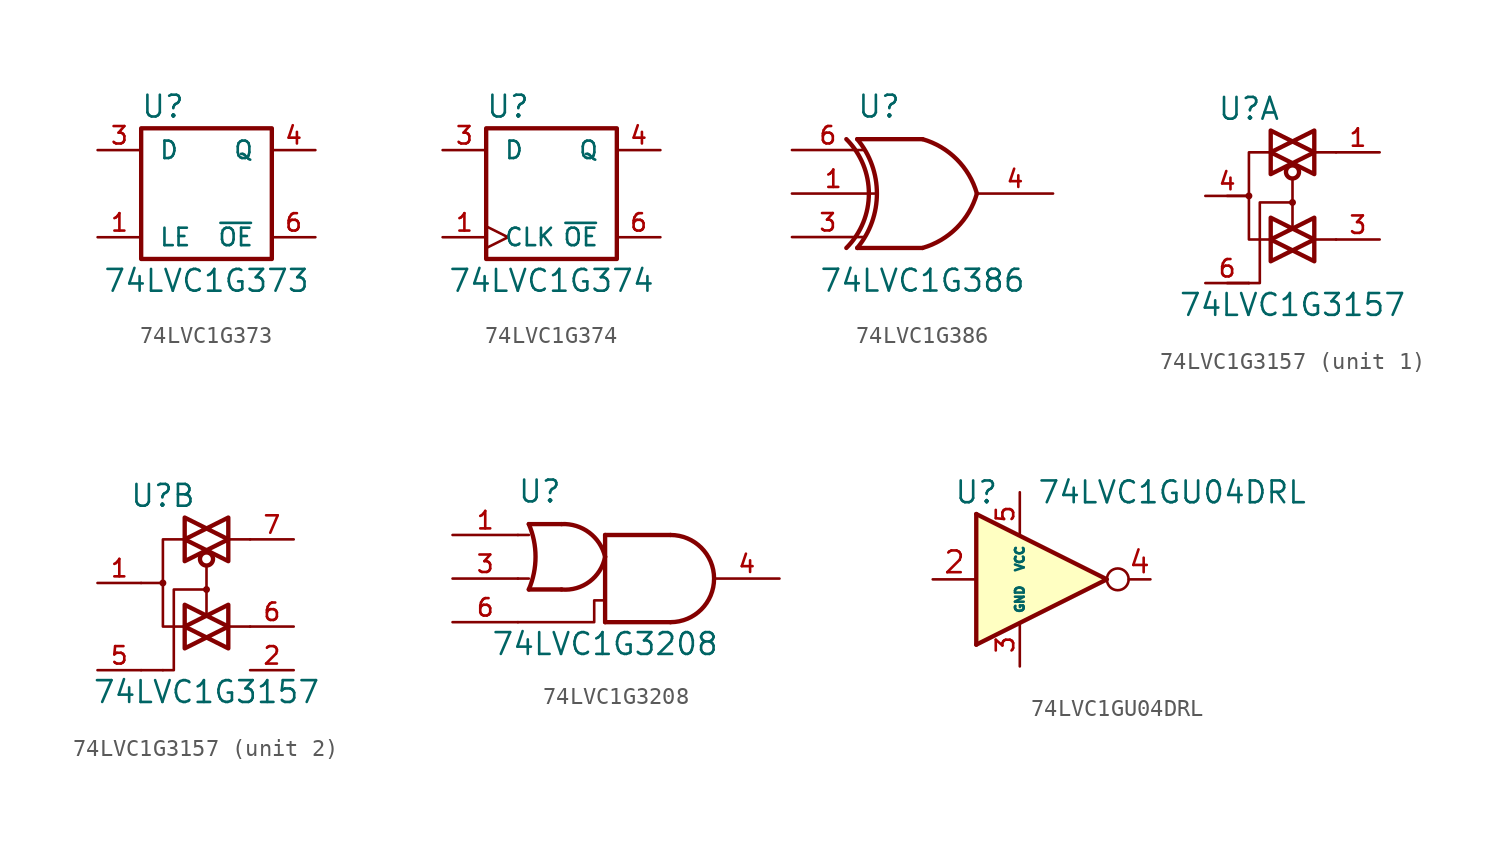
<source format=kicad_sym>
(kicad_symbol_lib
  (version 20201005)
  (generator kicad_symbol_editor)
  (symbol "74xGxx:74LVC1G373"
    (pin_names
      (offset 1.016))
    (property "Reference" "U"
      (at -2.54 5.08 0)
      (effects (font (size 1.27 1.27))))
    (property "Value" "74LVC1G373"
      (at 0 -5.08 0)
      (effects (font (size 1.27 1.27))))
    (symbol "74LVC1G373_0_1"
      (rectangle (start -3.81 3.81) (end 3.81 -3.81) (stroke (width 0.254)) (fill (type none))))
    (symbol "74LVC1G373_1_1"
      (pin input line (at -6.35 -2.54 0) (length 2.54) (name "LE" (effects (font (size 1.016 1.016)))) (number "1" (effects (font (size 1.016 1.016)))))
      (pin power_in line (at 0 -3.81 270) (length 0) hide (name "GND" (effects (font (size 1.016 1.016)))) (number "2" (effects (font (size 1.016 1.016)))))
      (pin input line (at -6.35 2.54 0) (length 2.54) (name "D" (effects (font (size 1.016 1.016)))) (number "3" (effects (font (size 1.016 1.016)))))
      (pin tri_state line (at 6.35 2.54 180) (length 2.54) (name "Q" (effects (font (size 1.016 1.016)))) (number "4" (effects (font (size 1.016 1.016)))))
      (pin power_in line (at 0 3.81 90) (length 0) hide (name "VCC" (effects (font (size 1.016 1.016)))) (number "5" (effects (font (size 1.016 1.016)))))
      (pin input line (at 6.35 -2.54 180) (length 2.54) (name "~OE" (effects (font (size 1.016 1.016)))) (number "6" (effects (font (size 1.016 1.016)))))))
  (symbol "74xGxx:74LVC1G374"
    (pin_names
      (offset 1.016))
    (property "Reference" "U"
      (at -2.54 5.08 0)
      (effects (font (size 1.27 1.27))))
    (property "Value" "74LVC1G374"
      (at 0 -5.08 0)
      (effects (font (size 1.27 1.27))))
    (symbol "74LVC1G374_0_1"
      (rectangle (start -3.81 3.81) (end 3.81 -3.81) (stroke (width 0.254)) (fill (type none))))
    (symbol "74LVC1G374_1_1"
      (pin input clock (at -6.35 -2.54 0) (length 2.54) (name "CLK" (effects (font (size 1.016 1.016)))) (number "1" (effects (font (size 1.016 1.016)))))
      (pin power_in line (at 0 -3.81 270) (length 0) hide (name "GND" (effects (font (size 1.016 1.016)))) (number "2" (effects (font (size 1.016 1.016)))))
      (pin input line (at -6.35 2.54 0) (length 2.54) (name "D" (effects (font (size 1.016 1.016)))) (number "3" (effects (font (size 1.016 1.016)))))
      (pin tri_state line (at 6.35 2.54 180) (length 2.54) (name "Q" (effects (font (size 1.016 1.016)))) (number "4" (effects (font (size 1.016 1.016)))))
      (pin power_in line (at 0 3.81 90) (length 0) hide (name "VCC" (effects (font (size 1.016 1.016)))) (number "5" (effects (font (size 1.016 1.016)))))
      (pin input line (at 6.35 -2.54 180) (length 2.54) (name "~OE" (effects (font (size 1.016 1.016)))) (number "6" (effects (font (size 1.016 1.016)))))))
  (symbol "74xGxx:74LVC1G386"
    (pin_names
      (offset 1.016))
    (property "Reference" "U"
      (at -2.54 5.08 0)
      (effects (font (size 1.27 1.27))))
    (property "Value" "74LVC1G386"
      (at 0 -5.08 0)
      (effects (font (size 1.27 1.27))))
    (symbol "74LVC1G386_0_1"
      (arc (start -3.81 3.175) (end -3.81 -3.175) (radius (at -7.62 0) (length 4.953) (angles 39.8 -39.8)) (stroke (width 0.254)) (fill (type none)))
      (arc (start -4.445 3.175) (end -4.445 -3.175) (radius (at -7.62 0) (length 4.4958) (angles 45 -45)) (stroke (width 0.254)) (fill (type none)))
      (arc (start 0 3.175) (end 3.175 0) (radius (at -1.27 -1.27) (length 4.6228) (angles 74 15.9)) (stroke (width 0.254)) (fill (type none)))
      (arc (start 0 -3.175) (end 3.175 0) (radius (at -1.27 1.27) (length 4.6228) (angles -74 -15.9)) (stroke (width 0.254)) (fill (type none)))
      (polyline (pts (xy 0 -3.175) (xy -3.81 -3.175)) (stroke (width 0.254)) (fill (type none)))
      (polyline (pts (xy 0 3.175) (xy -3.81 3.175)) (stroke (width 0.254)) (fill (type none))))
    (symbol "74LVC1G386_1_1"
      (pin input line (at -7.62 0 0) (length 4.826) (name "~" (effects (font (size 1.016 1.016)))) (number "1" (effects (font (size 1.016 1.016)))))
      (pin power_in line (at 0 -3.175 270) (length 0) hide (name "GND" (effects (font (size 1.016 1.016)))) (number "2" (effects (font (size 1.016 1.016)))))
      (pin input line (at -7.62 -2.54 0) (length 4.191) (name "~" (effects (font (size 1.016 1.016)))) (number "3" (effects (font (size 1.016 1.016)))))
      (pin output line (at 7.62 0 180) (length 4.445) (name "~" (effects (font (size 1.016 1.016)))) (number "4" (effects (font (size 1.016 1.016)))))
      (pin power_in line (at 0 3.175 90) (length 0) hide (name "VCC" (effects (font (size 1.016 1.016)))) (number "5" (effects (font (size 1.016 1.016)))))
      (pin input line (at -7.62 2.54 0) (length 4.191) (name "~" (effects (font (size 1.016 1.016)))) (number "6" (effects (font (size 1.016 1.016)))))))
  (symbol "74xGxx:74LVC1G3157"
    (pin_names
      (offset 1.016))
    (property "Reference" "U"
      (at -2.54 5.08 0)
      (effects (font (size 1.27 1.27))))
    (property "Value" "74LVC1G3157"
      (at 0 -6.35 0)
      (effects (font (size 1.27 1.27))))
    (symbol "74LVC1G3157_0_1"
      (circle (center -2.54 0) (radius 0.127) (stroke (width 0)) (fill (type none)))
      (circle (center 0 -0.381) (radius 0.127) (stroke (width 0)) (fill (type none)))
      (circle (center 0 1.397) (radius 0.381) (stroke (width 0.254)) (fill (type none)))
      (polyline (pts (xy -3.81 -5.08) (xy -2.54 -5.08)) (stroke (width 0)) (fill (type none)))
      (polyline (pts (xy -3.81 0) (xy -2.54 0)) (stroke (width 0)) (fill (type none)))
      (polyline (pts (xy 2.54 -2.54) (xy 1.27 -2.54)) (stroke (width 0)) (fill (type none)))
      (polyline (pts (xy 2.54 2.54) (xy 1.27 2.54)) (stroke (width 0)) (fill (type none)))
      (polyline (pts (xy 0 1.016) (xy 0 0) (xy 0 -1.905)) (stroke (width 0)) (fill (type none)))
      (polyline (pts (xy -1.27 -2.54) (xy 0 -3.175) (xy -1.27 -3.81) (xy -1.27 -2.54)) (stroke (width 0.254)) (fill (type none)))
      (polyline (pts (xy -1.27 -1.27) (xy -1.27 -2.54) (xy 0 -1.905) (xy -1.27 -1.27)) (stroke (width 0.254)) (fill (type none)))
      (polyline (pts (xy -1.27 2.54) (xy 0 1.905) (xy -1.27 1.27) (xy -1.27 2.54)) (stroke (width 0.254)) (fill (type none)))
      (polyline (pts (xy -1.27 3.81) (xy 0 3.175) (xy -1.27 2.54) (xy -1.27 3.81)) (stroke (width 0.254)) (fill (type none)))
      (polyline (pts (xy 0 -0.381) (xy -1.905 -0.381) (xy -1.905 -5.08) (xy -2.54 -5.08)) (stroke (width 0)) (fill (type none)))
      (polyline (pts (xy 1.27 -2.54) (xy 0 -3.175) (xy 1.27 -3.81) (xy 1.27 -2.54)) (stroke (width 0.254)) (fill (type none)))
      (polyline (pts (xy 1.27 -1.27) (xy 1.27 -2.54) (xy 0 -1.905) (xy 1.27 -1.27)) (stroke (width 0.254)) (fill (type none)))
      (polyline (pts (xy 1.27 2.54) (xy 1.27 1.27) (xy 0 1.905) (xy 1.27 2.54)) (stroke (width 0.254)) (fill (type none)))
      (polyline (pts (xy 1.27 2.54) (xy 1.27 3.81) (xy 0 3.175) (xy 1.27 2.54)) (stroke (width 0.254)) (fill (type none)))
      (polyline (pts (xy -1.27 2.54) (xy -2.54 2.54) (xy -2.54 0) (xy -2.54 -2.54) (xy -1.27 -2.54)) (stroke (width 0)) (fill (type none)))
      (pin power_in line (at 0 -5.08 270) (length 0) hide (name "GND" (effects (font (size 1.016 1.016)))) (number "2" (effects (font (size 1.016 1.016)))))
      (pin power_in line (at 0 5.08 90) (length 0) hide (name "VCC" (effects (font (size 1.016 1.016)))) (number "5" (effects (font (size 1.016 1.016))))))
    (symbol "74LVC1G3157_1_1"
      (pin bidirectional line (at 5.08 2.54 180) (length 2.54) (name "~" (effects (font (size 1.016 1.016)))) (number "1" (effects (font (size 1.016 1.016)))))
      (pin bidirectional line (at 5.08 -2.54 180) (length 2.54) (name "~" (effects (font (size 1.016 1.016)))) (number "3" (effects (font (size 1.016 1.016)))))
      (pin bidirectional line (at -5.08 0 0) (length 2.54) (name "~" (effects (font (size 1.016 1.016)))) (number "4" (effects (font (size 1.016 1.016)))))
      (pin input line (at -5.08 -5.08 0) (length 2.54) (name "~" (effects (font (size 1.016 1.016)))) (number "6" (effects (font (size 1.016 1.016))))))
    (symbol "74LVC1G3157_2_1"
      (pin bidirectional line (at -6.35 0 0) (length 2.54) (name "~" (effects (font (size 1.016 1.016)))) (number "1" (effects (font (size 1.016 1.016)))))
      (pin input line (at 5.08 -5.08 180) (length 2.54) (name "~" (effects (font (size 1.016 1.016)))) (number "2" (effects (font (size 1.016 1.016)))))
      (pin input line (at -6.35 -5.08 0) (length 2.54) (name "~" (effects (font (size 1.016 1.016)))) (number "5" (effects (font (size 1.016 1.016)))))
      (pin bidirectional line (at 5.08 -2.54 180) (length 2.54) (name "~" (effects (font (size 1.016 1.016)))) (number "6" (effects (font (size 1.016 1.016)))))
      (pin bidirectional line (at 5.08 2.54 180) (length 2.54) (name "~" (effects (font (size 1.016 1.016)))) (number "7" (effects (font (size 1.016 1.016)))))))
  (symbol "74xGxx:74LVC1G3208"
    (pin_names
      (offset 1.016))
    (property "Reference" "U"
      (at -3.81 5.08 0)
      (effects (font (size 1.27 1.27))))
    (property "Value" "74LVC1G3208"
      (at 0 -3.81 0)
      (effects (font (size 1.27 1.27))))
    (symbol "74LVC1G3208_0_1"
      (arc (start -4.445 -0.635) (end -4.445 3.175) (radius (at -8.89 1.27) (length 4.826) (angles -23.1 23.1)) (stroke (width 0.254)) (fill (type none)))
      (arc (start -2.54 3.175) (end 0 1.27) (radius (at -2.413 0.7112) (length 2.4638) (angles 92.9 13)) (stroke (width 0.254)) (fill (type none)))
      (arc (start -2.54 -0.635) (end 0 1.27) (radius (at -2.3368 1.7272) (length 2.3622) (angles -94.9 -11)) (stroke (width 0.254)) (fill (type none)))
      (arc (start 3.81 -2.54) (end 3.81 2.54) (radius (at 3.81 0) (length 2.54) (angles -89.9 89.9)) (stroke (width 0.254)) (fill (type none)))
      (polyline (pts (xy -5.08 0) (xy -4.445 0)) (stroke (width 0)) (fill (type none)))
      (polyline (pts (xy -5.08 2.54) (xy -4.445 2.54)) (stroke (width 0)) (fill (type none)))
      (polyline (pts (xy -2.54 -0.635) (xy -4.445 -0.635)) (stroke (width 0.254)) (fill (type none)))
      (polyline (pts (xy -2.54 3.175) (xy -4.445 3.175)) (stroke (width 0.254)) (fill (type none)))
      (polyline (pts (xy 0 2.54) (xy 0 -2.54)) (stroke (width 0.254)) (fill (type none)))
      (polyline (pts (xy 3.81 -2.54) (xy 0 -2.54)) (stroke (width 0.254)) (fill (type background)))
      (polyline (pts (xy 3.81 2.54) (xy 0 2.54)) (stroke (width 0.254)) (fill (type background)))
      (polyline (pts (xy 0 -1.27) (xy -0.635 -1.27) (xy -0.635 -1.905) (xy -0.635 -2.54) (xy -5.08 -2.54)) (stroke (width 0)) (fill (type none))))
    (symbol "74LVC1G3208_1_1"
      (pin input line (at -8.89 2.54 0) (length 3.81) (name "~" (effects (font (size 1.016 1.016)))) (number "1" (effects (font (size 1.016 1.016)))))
      (pin power_in line (at 3.81 -2.54 270) (length 0) hide (name "GND" (effects (font (size 1.016 1.016)))) (number "2" (effects (font (size 1.016 1.016)))))
      (pin input line (at -8.89 0 0) (length 3.81) (name "~" (effects (font (size 1.016 1.016)))) (number "3" (effects (font (size 1.016 1.016)))))
      (pin output line (at 10.16 0 180) (length 3.81) (name "~" (effects (font (size 1.016 1.016)))) (number "4" (effects (font (size 1.016 1.016)))))
      (pin power_in line (at 3.81 2.54 90) (length 0) hide (name "VCC" (effects (font (size 1.016 1.016)))) (number "5" (effects (font (size 1.016 1.016)))))
      (pin input line (at -8.89 -2.54 0) (length 3.81) (name "~" (effects (font (size 1.016 1.016)))) (number "6" (effects (font (size 1.016 1.016)))))))
  (symbol "74xGxx:74LVC1GU04DRL"
    (property "Reference" "U"
      (at -2.54 5.08 0)
      (effects (font (size 1.27 1.27))))
    (property "Value" "74LVC1GU04DRL"
      (at 8.89 5.08 0)
      (effects (font (size 1.27 1.27))))
    (symbol "74LVC1GU04DRL_0_1"
      (circle (center 5.715 0) (radius 0.635) (stroke (width 0)) (fill (type none)))
      (rectangle (start -2.54 3.81) (end -2.54 -3.81) (stroke (width 0.254)) (fill (type background)))
      (polyline (pts (xy -2.54 -3.81) (xy 5.08 0) (xy -2.54 3.81)) (stroke (width 0.254)) (fill (type background))))
    (symbol "74LVC1GU04DRL_1_1"
      (pin no_connect line (at 5.08 0 180) (length 2.54) hide (name "NC" (effects (font (size 1.27 1.27)))) (number "1" (effects (font (size 1.27 1.27)))))
      (pin input line (at -5.08 0 0) (length 2.54) (name "~" (effects (font (size 1.27 1.27)))) (number "2" (effects (font (size 1.27 1.27)))))
      (pin power_in line (at 0 -5.08 90) (length 2.54) (name "GND" (effects (font (size 0.508 0.508)))) (number "3" (effects (font (size 1.016 1.016)))))
      (pin output line (at 7.62 0 180) (length 1.27) (name "~" (effects (font (size 1.27 1.27)))) (number "4" (effects (font (size 1.27 1.27)))))
      (pin power_in line (at 0 5.08 270) (length 2.54) (name "VCC" (effects (font (size 0.508 0.508)))) (number "5" (effects (font (size 1.016 1.016))))))))
</source>
